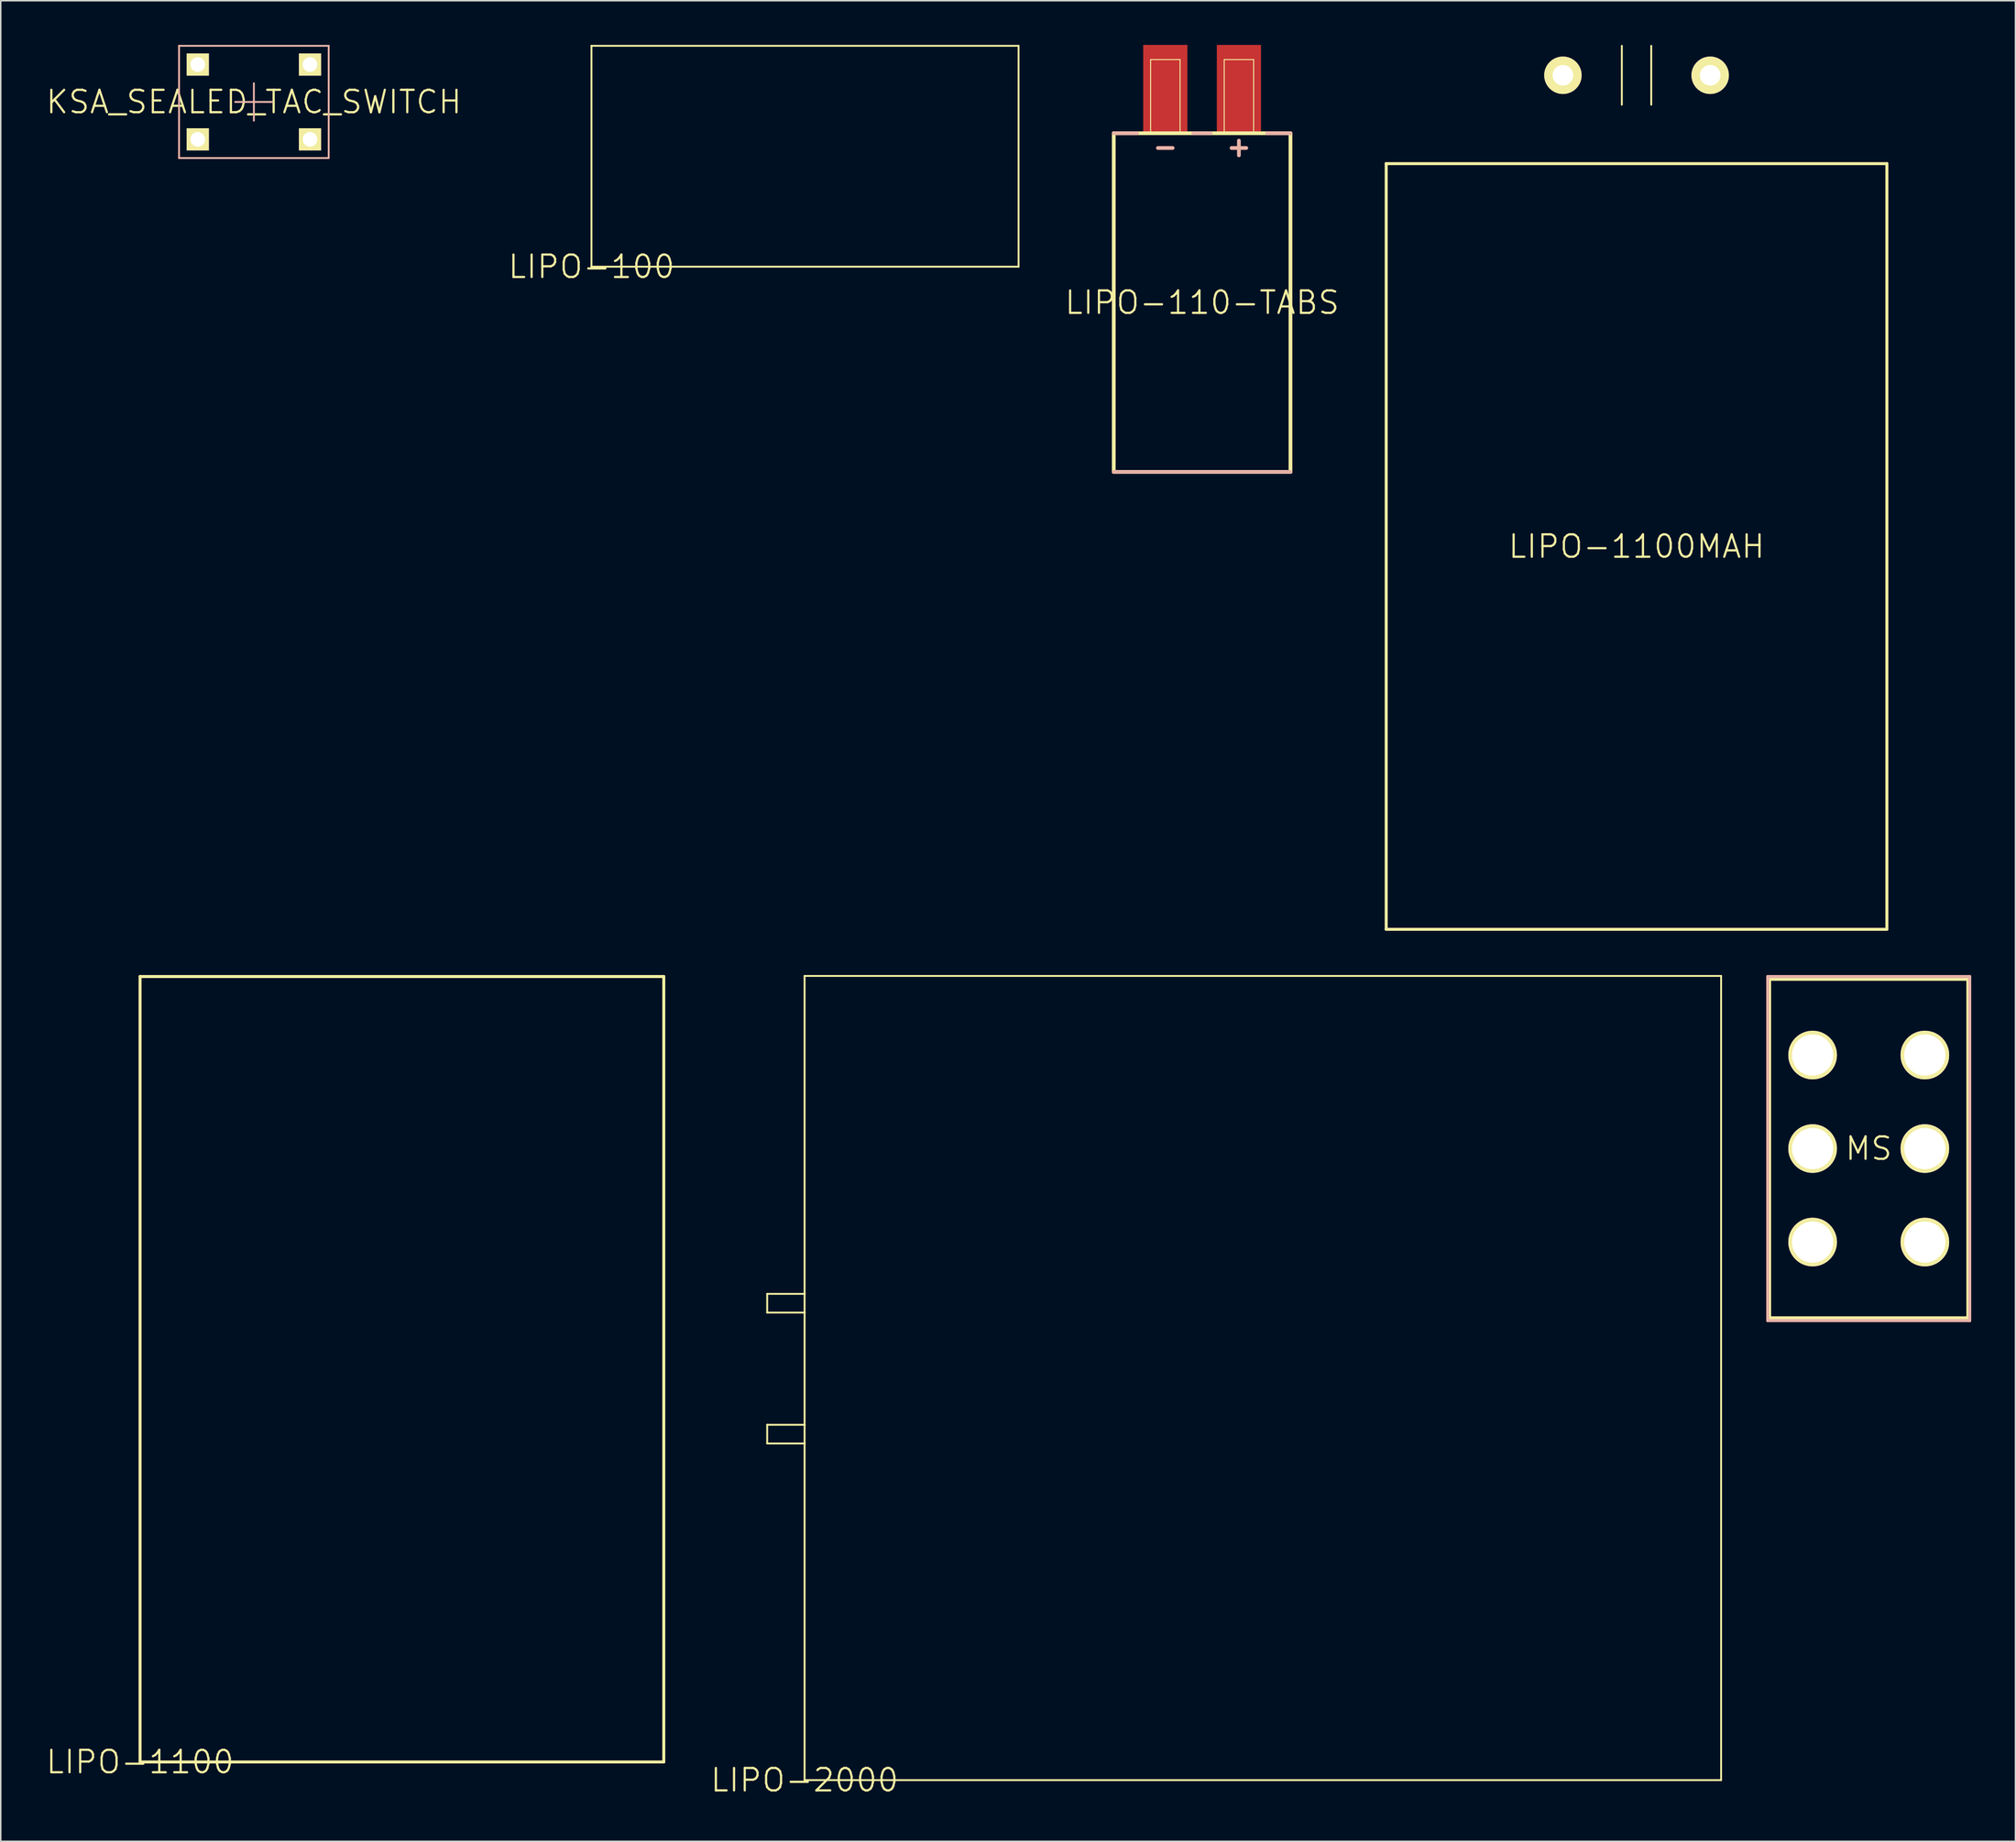
<source format=kicad_pcb>
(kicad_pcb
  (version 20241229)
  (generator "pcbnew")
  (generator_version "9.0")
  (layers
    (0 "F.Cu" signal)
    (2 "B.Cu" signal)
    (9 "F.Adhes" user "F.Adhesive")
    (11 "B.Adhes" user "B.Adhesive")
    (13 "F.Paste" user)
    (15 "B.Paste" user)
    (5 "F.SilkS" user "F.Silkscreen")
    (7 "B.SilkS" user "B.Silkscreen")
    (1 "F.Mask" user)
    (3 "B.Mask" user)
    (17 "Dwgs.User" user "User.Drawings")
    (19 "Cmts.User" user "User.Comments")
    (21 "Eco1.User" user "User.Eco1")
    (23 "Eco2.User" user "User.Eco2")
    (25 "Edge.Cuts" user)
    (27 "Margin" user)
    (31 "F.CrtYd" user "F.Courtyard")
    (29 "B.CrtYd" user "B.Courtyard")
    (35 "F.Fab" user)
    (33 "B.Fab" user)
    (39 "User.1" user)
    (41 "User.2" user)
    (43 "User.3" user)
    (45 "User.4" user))
  (footprint "LIPO-1100"
    (layer "F.Cu")
    (at 6.459 116.604)
    (property "Reference" "LIPO-1100" (at 0 0 0) (layer "F.SilkS") (effects (font (size 1.524 1.524) (thickness 0.15))))
    (attr exclude_from_pos_files exclude_from_bom)
    (fp_line (start 0 -53.34) (end 0 0) (stroke (width 0.203) (type solid)) (layer "F.SilkS"))
    (fp_line (start 0 0) (end 35.56 0) (stroke (width 0.203) (type solid)) (layer "F.SilkS"))
    (fp_line (start 35.56 -53.34) (end 0 -53.34) (stroke (width 0.203) (type solid)) (layer "F.SilkS"))
    (fp_line (start 35.56 0) (end 35.56 -53.34) (stroke (width 0.203) (type solid)) (layer "F.SilkS")))
  (footprint "MS"
    (layer "F.Cu")
    (at 123.832 74.948)
    (property "Reference" "MS" (at 0 0 0) (layer "F.SilkS") (effects (font (size 1.524 1.524) (thickness 0.15))))
    (attr exclude_from_pos_files exclude_from_bom)
    (fp_line (start -6.731 -11.493) (end 6.731 -11.493) (stroke (width 0.203) (type solid)) (layer "F.SilkS"))
    (fp_line (start -6.731 11.493) (end -6.731 -11.493) (stroke (width 0.203) (type solid)) (layer "F.SilkS"))
    (fp_line (start 6.731 -11.493) (end 6.731 11.493) (stroke (width 0.203) (type solid)) (layer "F.SilkS"))
    (fp_line (start 6.731 11.493) (end -6.731 11.493) (stroke (width 0.203) (type solid)) (layer "F.SilkS"))
    (fp_line (start -6.858 -11.684) (end -6.858 11.684) (stroke (width 0.203) (type solid)) (layer "B.SilkS"))
    (fp_line (start -6.858 11.684) (end 6.858 11.684) (stroke (width 0.203) (type solid)) (layer "B.SilkS"))
    (fp_line (start 6.858 -11.684) (end -6.858 -11.684) (stroke (width 0.203) (type solid)) (layer "B.SilkS"))
    (fp_line (start 6.858 11.684) (end 6.858 -11.684) (stroke (width 0.203) (type solid)) (layer "B.SilkS"))
    (pad "1" thru_hole circle (at -3.81 6.35) (size 3.302 3.302) (drill 2.799) (layers "*.Cu" "F.Mask" "F.SilkS" "F.Paste"))
    (pad "2" thru_hole circle (at -3.81 0) (size 3.302 3.302) (drill 2.799) (layers "*.Cu" "F.Mask" "F.SilkS" "F.Paste"))
    (pad "3" thru_hole circle (at -3.81 -6.35) (size 3.302 3.302) (drill 2.799) (layers "*.Cu" "F.Mask" "F.SilkS" "F.Paste"))
    (pad "4" thru_hole circle (at 3.81 6.35) (size 3.302 3.302) (drill 2.799) (layers "*.Cu" "F.Mask" "F.SilkS" "F.Paste"))
    (pad "5" thru_hole circle (at 3.81 0) (size 3.302 3.302) (drill 2.799) (layers "*.Cu" "F.Mask" "F.SilkS" "F.Paste"))
    (pad "6" thru_hole circle (at 3.81 -6.35) (size 3.302 3.302) (drill 2.799) (layers "*.Cu" "F.Mask" "F.SilkS" "F.Paste")))
  (footprint "LIPO-100"
    (layer "F.Cu")
    (at 37.109 15.062)
    (property "Reference" "LIPO-100" (at 0 0 0) (layer "F.SilkS") (effects (font (size 1.524 1.524) (thickness 0.15))))
    (attr exclude_from_pos_files exclude_from_bom)
    (fp_line (start 0 -14.999) (end 28.999 -14.999) (stroke (width 0.127) (type solid)) (layer "F.SilkS"))
    (fp_line (start 0 0) (end 0 -14.999) (stroke (width 0.127) (type solid)) (layer "F.SilkS"))
    (fp_line (start 28.999 -14.999) (end 28.999 0) (stroke (width 0.127) (type solid)) (layer "F.SilkS"))
    (fp_line (start 28.999 0) (end 0 0) (stroke (width 0.127) (type solid)) (layer "F.SilkS")))
  (footprint "LIPO-2000"
    (layer "F.Cu")
    (at 51.579 117.836)
    (property "Reference" "LIPO-2000" (at 0 0 0) (layer "F.SilkS") (effects (font (size 1.524 1.524) (thickness 0.15))))
    (attr exclude_from_pos_files exclude_from_bom)
    (fp_line (start -2.54 -33.02) (end 0 -33.02) (stroke (width 0.127) (type solid)) (layer "F.SilkS"))
    (fp_line (start -2.54 -31.75) (end -2.54 -33.02) (stroke (width 0.127) (type solid)) (layer "F.SilkS"))
    (fp_line (start -2.54 -24.13) (end 0 -24.13) (stroke (width 0.127) (type solid)) (layer "F.SilkS"))
    (fp_line (start -2.54 -22.86) (end -2.54 -24.13) (stroke (width 0.127) (type solid)) (layer "F.SilkS"))
    (fp_line (start 0 -54.61) (end 62.23 -54.61) (stroke (width 0.127) (type solid)) (layer "F.SilkS"))
    (fp_line (start 0 -33.02) (end 0 -54.61) (stroke (width 0.127) (type solid)) (layer "F.SilkS"))
    (fp_line (start 0 -31.75) (end -2.54 -31.75) (stroke (width 0.127) (type solid)) (layer "F.SilkS"))
    (fp_line (start 0 -31.75) (end 0 -33.02) (stroke (width 0.127) (type solid)) (layer "F.SilkS"))
    (fp_line (start 0 -24.13) (end 0 -31.75) (stroke (width 0.127) (type solid)) (layer "F.SilkS"))
    (fp_line (start 0 -22.86) (end -2.54 -22.86) (stroke (width 0.127) (type solid)) (layer "F.SilkS"))
    (fp_line (start 0 -22.86) (end 0 -24.13) (stroke (width 0.127) (type solid)) (layer "F.SilkS"))
    (fp_line (start 0 0) (end 0 -22.86) (stroke (width 0.127) (type solid)) (layer "F.SilkS"))
    (fp_line (start 62.23 -54.61) (end 62.23 0) (stroke (width 0.127) (type solid)) (layer "F.SilkS"))
    (fp_line (start 62.23 0) (end 0 0) (stroke (width 0.127) (type solid)) (layer "F.SilkS")))
  (footprint "LIPO-1100MAH"
    (layer "F.Cu")
    (at 108.067 34.061)
    (property "Reference" "LIPO-1100MAH" (at 0 0 0) (layer "F.SilkS") (effects (font (size 1.524 1.524) (thickness 0.15))))
    (attr exclude_from_pos_files exclude_from_bom)
    (fp_line (start -16.998 -25.999) (end -16.998 25.999) (stroke (width 0.203) (type solid)) (layer "F.SilkS"))
    (fp_line (start -16.998 25.999) (end 16.998 25.999) (stroke (width 0.203) (type solid)) (layer "F.SilkS"))
    (fp_line (start -0.998 -33.998) (end -0.998 -30) (stroke (width 0.127) (type solid)) (layer "F.SilkS"))
    (fp_line (start 0.998 -33.998) (end 0.998 -30) (stroke (width 0.127) (type solid)) (layer "F.SilkS"))
    (fp_line (start 16.998 -25.999) (end -16.998 -25.999) (stroke (width 0.203) (type solid)) (layer "F.SilkS"))
    (fp_line (start 16.998 25.999) (end 16.998 -25.999) (stroke (width 0.203) (type solid)) (layer "F.SilkS"))
    (pad "+" thru_hole circle (at -4.999 -31.999) (size 2.54 2.54) (drill 1.397) (layers "*.Cu" "F.Mask" "F.SilkS" "F.Paste"))
    (pad "-" thru_hole circle (at 4.999 -31.999) (size 2.54 2.54) (drill 1.397) (layers "*.Cu" "F.Mask" "F.SilkS" "F.Paste")))
  (footprint "LIPO-110-TABS"
    (layer "F.Cu")
    (at 78.569 17.498)
    (property "Reference" "LIPO-110-TABS" (at 0 0 0) (layer "F.SilkS") (effects (font (size 1.524 1.524) (thickness 0.15))))
    (attr smd)
    (fp_line (start -5.999 -11.499) (end -5.999 11.499) (stroke (width 0.254) (type solid)) (layer "F.SilkS"))
    (fp_line (start -5.999 11.499) (end 5.999 11.499) (stroke (width 0.254) (type solid)) (layer "F.SilkS"))
    (fp_line (start -3.498 -16.5) (end -1.499 -16.5) (stroke (width 0.066) (type solid)) (layer "F.SilkS"))
    (fp_line (start -3.498 -11.499) (end -3.498 -16.5) (stroke (width 0.066) (type solid)) (layer "F.SilkS"))
    (fp_line (start -3.498 -11.499) (end -1.499 -11.499) (stroke (width 0.066) (type solid)) (layer "F.SilkS"))
    (fp_line (start -1.499 -11.499) (end -1.499 -16.5) (stroke (width 0.066) (type solid)) (layer "F.SilkS"))
    (fp_line (start 1.499 -16.5) (end 3.498 -16.5) (stroke (width 0.066) (type solid)) (layer "F.SilkS"))
    (fp_line (start 1.499 -11.499) (end 1.499 -16.5) (stroke (width 0.066) (type solid)) (layer "F.SilkS"))
    (fp_line (start 1.499 -11.499) (end 3.498 -11.499) (stroke (width 0.066) (type solid)) (layer "F.SilkS"))
    (fp_line (start 3.498 -11.499) (end 3.498 -16.5) (stroke (width 0.066) (type solid)) (layer "F.SilkS"))
    (fp_line (start 5.999 -11.499) (end -5.999 -11.499) (stroke (width 0.254) (type solid)) (layer "F.SilkS"))
    (fp_line (start 5.999 11.499) (end 5.999 -11.499) (stroke (width 0.254) (type solid)) (layer "F.SilkS"))
    (fp_line (start -5.999 11.499) (end 5.999 11.499) (stroke (width 0.254) (type solid)) (layer "B.SilkS"))
    (fp_line (start -4.412 -11.499) (end -5.999 -11.499) (stroke (width 0.254) (type solid)) (layer "B.SilkS"))
    (fp_line (start -3 -10.498) (end -1.999 -10.498) (stroke (width 0.254) (type solid)) (layer "B.SilkS"))
    (fp_line (start 0.584 -11.499) (end -0.599 -11.499) (stroke (width 0.254) (type solid)) (layer "B.SilkS"))
    (fp_line (start 1.999 -10.498) (end 3 -10.498) (stroke (width 0.254) (type solid)) (layer "B.SilkS"))
    (fp_line (start 2.499 -10.998) (end 2.499 -10) (stroke (width 0.254) (type solid)) (layer "B.SilkS"))
    (fp_line (start 4.412 -11.499) (end 5.999 -11.499) (stroke (width 0.254) (type solid)) (layer "B.SilkS"))
    (pad "+" smd rect (at 2.499 -14.498) (size 3 5.999) (layers "F.Cu" "F.Mask" "F.Paste"))
    (pad "-" smd rect (at -2.499 -14.498) (size 3 5.999) (layers "F.Cu" "F.Mask" "F.Paste")))
  (footprint "KSA_SEALED_TAC_SWITCH"
    (layer "F.Cu")
    (at 14.188 3.873)
    (property "Reference" "KSA_SEALED_TAC_SWITCH" (at 0 0 0) (layer "F.SilkS") (effects (font (size 1.524 1.524) (thickness 0.15))))
    (attr exclude_from_pos_files exclude_from_bom)
    (fp_line (start -5.08 -3.81) (end 5.08 -3.81) (stroke (width 0.127) (type solid)) (layer "B.SilkS"))
    (fp_line (start -5.08 3.81) (end -5.08 -3.81) (stroke (width 0.127) (type solid)) (layer "B.SilkS"))
    (fp_line (start -1.27 0) (end 1.27 0) (stroke (width 0.127) (type solid)) (layer "B.SilkS"))
    (fp_line (start 0 -1.27) (end 0 1.27) (stroke (width 0.127) (type solid)) (layer "B.SilkS"))
    (fp_line (start 5.08 -3.81) (end 5.08 3.81) (stroke (width 0.127) (type solid)) (layer "B.SilkS"))
    (fp_line (start 5.08 3.81) (end -5.08 3.81) (stroke (width 0.127) (type solid)) (layer "B.SilkS"))
    (pad "P$1" thru_hole rect (at -3.81 -2.54) (size 1.506 1.506) (drill 0.998) (layers "*.Cu" "F.Mask" "F.SilkS" "F.Paste"))
    (pad "P$2" thru_hole rect (at 3.81 -2.54) (size 1.506 1.506) (drill 0.998) (layers "*.Cu" "F.Mask" "F.SilkS" "F.Paste"))
    (pad "P$3" thru_hole rect (at -3.81 2.54) (size 1.506 1.506) (drill 0.998) (layers "*.Cu" "F.Mask" "F.SilkS" "F.Paste"))
    (pad "P$4" thru_hole rect (at 3.81 2.54) (size 1.506 1.506) (drill 0.998) (layers "*.Cu" "F.Mask" "F.SilkS" "F.Paste")))
  (gr_rect
    (start -3 -3)
    (end 133.792 121.991)
    (stroke (width 0.1) (type default))
    (fill no)
    (layer "Edge.Cuts")))
</source>
